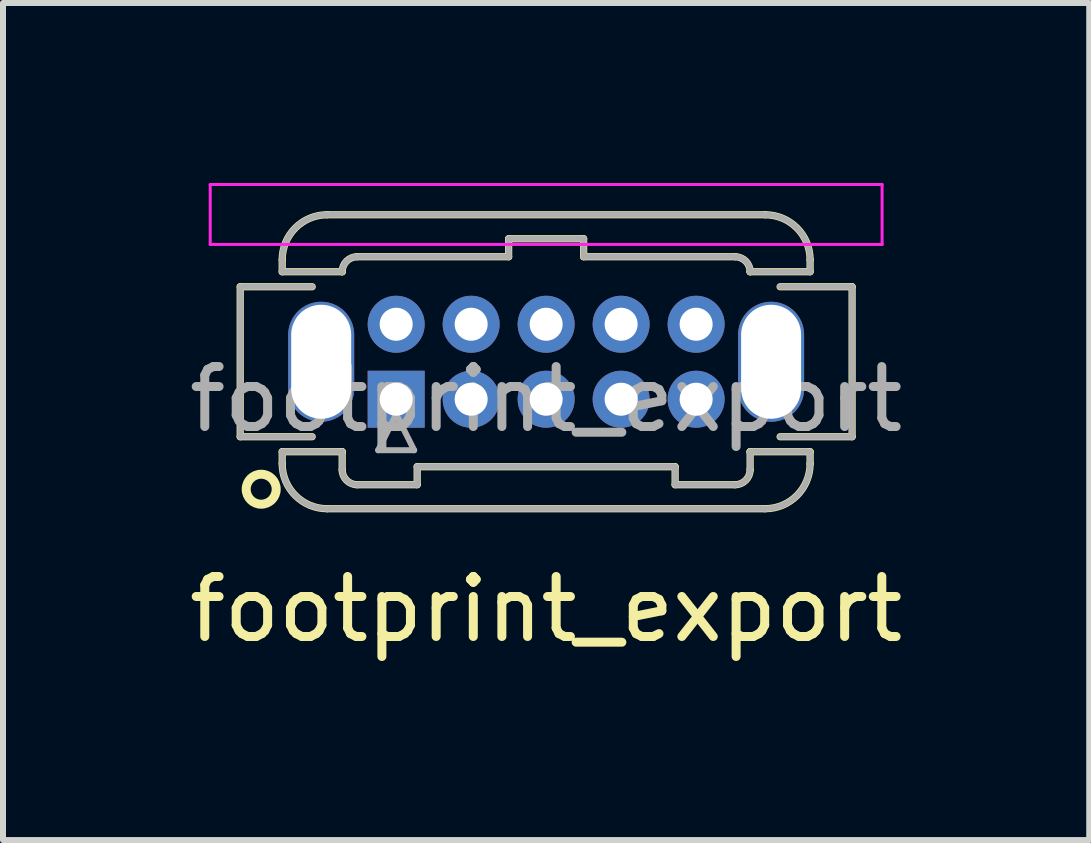
<source format=kicad_pcb>
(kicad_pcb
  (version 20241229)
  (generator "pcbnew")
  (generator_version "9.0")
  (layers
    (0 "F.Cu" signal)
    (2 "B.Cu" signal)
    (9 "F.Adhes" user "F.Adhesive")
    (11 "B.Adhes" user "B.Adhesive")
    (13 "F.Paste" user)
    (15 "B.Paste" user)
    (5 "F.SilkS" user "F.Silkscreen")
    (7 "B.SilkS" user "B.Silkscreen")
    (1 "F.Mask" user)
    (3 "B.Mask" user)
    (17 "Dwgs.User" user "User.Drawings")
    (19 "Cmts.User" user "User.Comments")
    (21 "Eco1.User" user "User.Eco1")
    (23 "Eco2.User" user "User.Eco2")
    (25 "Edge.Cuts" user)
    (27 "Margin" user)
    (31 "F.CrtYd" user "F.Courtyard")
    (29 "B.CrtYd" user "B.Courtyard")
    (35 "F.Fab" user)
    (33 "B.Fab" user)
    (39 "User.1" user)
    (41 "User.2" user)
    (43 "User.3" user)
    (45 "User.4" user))
  (footprint "footprint_export"
    (layer "F.Cu")
    (at 3.554 3.605)
    (property "Reference" "footprint_export" (at 2.5 3.5 0) (layer "F.SilkS") (effects (font (size 1 1) (thickness 0.15))))
    (attr through_hole)
    (fp_line (start -2.6 -1.875) (end -2.6 0.625) (stroke (width 0.12) (type solid)) (layer "F.SilkS"))
    (fp_line (start -2.6 0.625) (end -1.4 0.625) (stroke (width 0.12) (type solid)) (layer "F.SilkS"))
    (fp_line (start -1.9 -2.325) (end -1.9 -2.125) (stroke (width 0.12) (type solid)) (layer "F.SilkS"))
    (fp_line (start -1.9 -2.125) (end -0.9 -2.125) (stroke (width 0.12) (type solid)) (layer "F.SilkS"))
    (fp_line (start -1.9 0.875) (end -0.9 0.875) (stroke (width 0.12) (type solid)) (layer "F.SilkS"))
    (fp_line (start -1.9 1.075) (end -1.9 0.875) (stroke (width 0.12) (type solid)) (layer "F.SilkS"))
    (fp_line (start -1.4 -1.875) (end -2.6 -1.875) (stroke (width 0.12) (type solid)) (layer "F.SilkS"))
    (fp_line (start -1.15 -3.075) (end 6.15 -3.075) (stroke (width 0.12) (type solid)) (layer "F.SilkS"))
    (fp_line (start -1.15 1.825) (end 6.15 1.825) (stroke (width 0.12) (type solid)) (layer "F.SilkS"))
    (fp_line (start -0.9 -2.125) (end -0.9 -2.125) (stroke (width 0.12) (type solid)) (layer "F.SilkS"))
    (fp_line (start -0.9 0.875) (end -0.9 0.875) (stroke (width 0.12) (type solid)) (layer "F.SilkS"))
    (fp_line (start -0.9 1.175) (end -0.9 0.875) (stroke (width 0.12) (type solid)) (layer "F.SilkS"))
    (fp_line (start -0.65 -2.375) (end 1.875 -2.375) (stroke (width 0.12) (type solid)) (layer "F.SilkS"))
    (fp_line (start -0.65 1.425) (end 0.35 1.425) (stroke (width 0.12) (type solid)) (layer "F.SilkS"))
    (fp_line (start 0.35 1.125) (end 4.65 1.125) (stroke (width 0.12) (type solid)) (layer "F.SilkS"))
    (fp_line (start 0.35 1.425) (end 0.35 1.125) (stroke (width 0.12) (type solid)) (layer "F.SilkS"))
    (fp_line (start 1.875 -2.675) (end 3.125 -2.675) (stroke (width 0.12) (type solid)) (layer "F.SilkS"))
    (fp_line (start 1.875 -2.375) (end 1.875 -2.675) (stroke (width 0.12) (type solid)) (layer "F.SilkS"))
    (fp_line (start 3.125 -2.675) (end 3.125 -2.375) (stroke (width 0.12) (type solid)) (layer "F.SilkS"))
    (fp_line (start 3.125 -2.375) (end 5.65 -2.375) (stroke (width 0.12) (type solid)) (layer "F.SilkS"))
    (fp_line (start 4.65 1.125) (end 4.65 1.425) (stroke (width 0.12) (type solid)) (layer "F.SilkS"))
    (fp_line (start 4.65 1.425) (end 5.65 1.425) (stroke (width 0.12) (type solid)) (layer "F.SilkS"))
    (fp_line (start 5.9 -2.125) (end 5.9 -2.125) (stroke (width 0.12) (type solid)) (layer "F.SilkS"))
    (fp_line (start 5.9 0.875) (end 5.9 0.875) (stroke (width 0.12) (type solid)) (layer "F.SilkS"))
    (fp_line (start 5.9 1.175) (end 5.9 0.875) (stroke (width 0.12) (type solid)) (layer "F.SilkS"))
    (fp_line (start 6.4 -1.875) (end 7.6 -1.875) (stroke (width 0.12) (type solid)) (layer "F.SilkS"))
    (fp_line (start 6.9 -2.325) (end 6.9 -2.125) (stroke (width 0.12) (type solid)) (layer "F.SilkS"))
    (fp_line (start 6.9 -2.125) (end 5.9 -2.125) (stroke (width 0.12) (type solid)) (layer "F.SilkS"))
    (fp_line (start 6.9 0.875) (end 5.9 0.875) (stroke (width 0.12) (type solid)) (layer "F.SilkS"))
    (fp_line (start 6.9 1.075) (end 6.9 0.875) (stroke (width 0.12) (type solid)) (layer "F.SilkS"))
    (fp_line (start 7.6 -1.875) (end 7.6 0.625) (stroke (width 0.12) (type solid)) (layer "F.SilkS"))
    (fp_line (start 7.6 0.625) (end 6.4 0.625) (stroke (width 0.12) (type solid)) (layer "F.SilkS"))
    (fp_arc (start -1.9 -2.325) (mid -1.68033 -2.85533) (end -1.15 -3.075) (stroke (width 0.12) (type solid)) (layer "F.SilkS"))
    (fp_arc (start -1.15 1.825) (mid -1.68033 1.60533) (end -1.9 1.075) (stroke (width 0.12) (type solid)) (layer "F.SilkS"))
    (fp_arc (start -0.9 -2.125) (mid -0.826777 -2.301777) (end -0.65 -2.375) (stroke (width 0.12) (type solid)) (layer "F.SilkS"))
    (fp_arc (start -0.65 1.425) (mid -0.826777 1.351777) (end -0.9 1.175) (stroke (width 0.12) (type solid)) (layer "F.SilkS"))
    (fp_arc (start 5.65 -2.375) (mid 5.826777 -2.301777) (end 5.9 -2.125) (stroke (width 0.12) (type solid)) (layer "F.SilkS"))
    (fp_arc (start 5.9 1.175) (mid 5.826777 1.351777) (end 5.65 1.425) (stroke (width 0.12) (type solid)) (layer "F.SilkS"))
    (fp_arc (start 6.15 -3.075) (mid 6.68033 -2.85533) (end 6.9 -2.325) (stroke (width 0.12) (type solid)) (layer "F.SilkS"))
    (fp_arc (start 6.9 1.075) (mid 6.68033 1.60533) (end 6.15 1.825) (stroke (width 0.12) (type solid)) (layer "F.SilkS"))
    (fp_circle (center -2.25 1.5) (end -2 1.5) (stroke (width 0.15) (type solid)) (fill no) (layer "F.SilkS"))
    (fp_line (start -3.1 -3.58) (end -3.1 -2.58) (stroke (width 0.05) (type solid)) (layer "F.CrtYd"))
    (fp_line (start -3.1 -2.58) (end 8.1 -2.58) (stroke (width 0.05) (type solid)) (layer "F.CrtYd"))
    (fp_line (start 8.1 -3.58) (end -3.1 -3.58) (stroke (width 0.05) (type solid)) (layer "F.CrtYd"))
    (fp_line (start 8.1 -2.58) (end 8.1 -3.58) (stroke (width 0.05) (type solid)) (layer "F.CrtYd"))
    (fp_line (start -2.6 -1.875) (end -2.6 0.625) (stroke (width 0.1) (type solid)) (layer "F.Fab"))
    (fp_line (start -2.6 0.625) (end -1.4 0.625) (stroke (width 0.1) (type solid)) (layer "F.Fab"))
    (fp_line (start -1.9 -2.325) (end -1.9 -2.125) (stroke (width 0.1) (type solid)) (layer "F.Fab"))
    (fp_line (start -1.9 -2.125) (end -0.9 -2.125) (stroke (width 0.1) (type solid)) (layer "F.Fab"))
    (fp_line (start -1.9 0.875) (end -0.9 0.875) (stroke (width 0.1) (type solid)) (layer "F.Fab"))
    (fp_line (start -1.9 1.075) (end -1.9 0.875) (stroke (width 0.1) (type solid)) (layer "F.Fab"))
    (fp_line (start -1.4 -1.875) (end -2.6 -1.875) (stroke (width 0.1) (type solid)) (layer "F.Fab"))
    (fp_line (start -1.15 -3.075) (end 6.15 -3.075) (stroke (width 0.1) (type solid)) (layer "F.Fab"))
    (fp_line (start -1.15 1.825) (end 6.15 1.825) (stroke (width 0.1) (type solid)) (layer "F.Fab"))
    (fp_line (start -0.9 -2.125) (end -0.9 -2.125) (stroke (width 0.1) (type solid)) (layer "F.Fab"))
    (fp_line (start -0.9 0.875) (end -0.9 0.875) (stroke (width 0.1) (type solid)) (layer "F.Fab"))
    (fp_line (start -0.9 1.175) (end -0.9 0.875) (stroke (width 0.1) (type solid)) (layer "F.Fab"))
    (fp_line (start -0.65 -2.375) (end 1.875 -2.375) (stroke (width 0.1) (type solid)) (layer "F.Fab"))
    (fp_line (start -0.65 1.425) (end 0.35 1.425) (stroke (width 0.1) (type solid)) (layer "F.Fab"))
    (fp_line (start -0.3 0.85) (end 0.3 0.85) (stroke (width 0.1) (type solid)) (layer "F.Fab"))
    (fp_line (start 0 0.25) (end -0.3 0.85) (stroke (width 0.1) (type solid)) (layer "F.Fab"))
    (fp_line (start 0.3 0.85) (end 0 0.25) (stroke (width 0.1) (type solid)) (layer "F.Fab"))
    (fp_line (start 0.35 1.125) (end 4.65 1.125) (stroke (width 0.1) (type solid)) (layer "F.Fab"))
    (fp_line (start 0.35 1.425) (end 0.35 1.125) (stroke (width 0.1) (type solid)) (layer "F.Fab"))
    (fp_line (start 1.875 -2.675) (end 3.125 -2.675) (stroke (width 0.1) (type solid)) (layer "F.Fab"))
    (fp_line (start 1.875 -2.375) (end 1.875 -2.675) (stroke (width 0.1) (type solid)) (layer "F.Fab"))
    (fp_line (start 3.125 -2.675) (end 3.125 -2.375) (stroke (width 0.1) (type solid)) (layer "F.Fab"))
    (fp_line (start 3.125 -2.375) (end 5.65 -2.375) (stroke (width 0.1) (type solid)) (layer "F.Fab"))
    (fp_line (start 4.65 1.125) (end 4.65 1.425) (stroke (width 0.1) (type solid)) (layer "F.Fab"))
    (fp_line (start 4.65 1.425) (end 5.65 1.425) (stroke (width 0.1) (type solid)) (layer "F.Fab"))
    (fp_line (start 5.9 -2.125) (end 5.9 -2.125) (stroke (width 0.1) (type solid)) (layer "F.Fab"))
    (fp_line (start 5.9 0.875) (end 5.9 0.875) (stroke (width 0.1) (type solid)) (layer "F.Fab"))
    (fp_line (start 5.9 1.175) (end 5.9 0.875) (stroke (width 0.1) (type solid)) (layer "F.Fab"))
    (fp_line (start 6.4 -1.875) (end 7.6 -1.875) (stroke (width 0.1) (type solid)) (layer "F.Fab"))
    (fp_line (start 6.9 -2.325) (end 6.9 -2.125) (stroke (width 0.1) (type solid)) (layer "F.Fab"))
    (fp_line (start 6.9 -2.125) (end 5.9 -2.125) (stroke (width 0.1) (type solid)) (layer "F.Fab"))
    (fp_line (start 6.9 0.875) (end 5.9 0.875) (stroke (width 0.1) (type solid)) (layer "F.Fab"))
    (fp_line (start 6.9 1.075) (end 6.9 0.875) (stroke (width 0.1) (type solid)) (layer "F.Fab"))
    (fp_line (start 7.6 -1.875) (end 7.6 0.625) (stroke (width 0.1) (type solid)) (layer "F.Fab"))
    (fp_line (start 7.6 0.625) (end 6.4 0.625) (stroke (width 0.1) (type solid)) (layer "F.Fab"))
    (fp_arc (start -1.9 -2.325) (mid -1.68033 -2.85533) (end -1.15 -3.075) (stroke (width 0.1) (type solid)) (layer "F.Fab"))
    (fp_arc (start -1.15 1.825) (mid -1.68033 1.60533) (end -1.9 1.075) (stroke (width 0.1) (type solid)) (layer "F.Fab"))
    (fp_arc (start -0.9 -2.125) (mid -0.826777 -2.301777) (end -0.65 -2.375) (stroke (width 0.1) (type solid)) (layer "F.Fab"))
    (fp_arc (start -0.65 1.425) (mid -0.826777 1.351777) (end -0.9 1.175) (stroke (width 0.1) (type solid)) (layer "F.Fab"))
    (fp_arc (start 5.65 -2.375) (mid 5.826777 -2.301777) (end 5.9 -2.125) (stroke (width 0.1) (type solid)) (layer "F.Fab"))
    (fp_arc (start 5.9 1.175) (mid 5.826777 1.351777) (end 5.65 1.425) (stroke (width 0.1) (type solid)) (layer "F.Fab"))
    (fp_arc (start 6.15 -3.075) (mid 6.68033 -2.85533) (end 6.9 -2.325) (stroke (width 0.1) (type solid)) (layer "F.Fab"))
    (fp_arc (start 6.9 1.075) (mid 6.68033 1.60533) (end 6.15 1.825) (stroke (width 0.1) (type solid)) (layer "F.Fab"))
    (fp_text user "${REFERENCE}" (at 2.5 0 0) (layer "F.Fab") (effects (font (size 1 1) (thickness 0.15))))
    (pad "" np_thru_hole oval (at -1.25 -0.625) (size 1.1 2) (drill oval 1 1.9) (layers "*.Cu" "*.Mask"))
    (pad "" np_thru_hole oval (at 6.25 -0.625) (size 1.1 2) (drill oval 1 1.9) (layers "*.Cu" "*.Mask"))
    (pad "1" thru_hole rect (at 0 0) (size 0.95 0.95) (drill 0.55) (layers "*.Cu" "*.Mask"))
    (pad "2" thru_hole circle (at 0 -1.25) (size 0.95 0.95) (drill 0.55) (layers "*.Cu" "*.Mask"))
    (pad "3" thru_hole circle (at 1.25 0) (size 0.95 0.95) (drill 0.55) (layers "*.Cu" "*.Mask"))
    (pad "4" thru_hole circle (at 1.25 -1.25) (size 0.95 0.95) (drill 0.55) (layers "*.Cu" "*.Mask"))
    (pad "5" thru_hole circle (at 2.5 0) (size 0.95 0.95) (drill 0.55) (layers "*.Cu" "*.Mask"))
    (pad "6" thru_hole circle (at 2.5 -1.25) (size 0.95 0.95) (drill 0.55) (layers "*.Cu" "*.Mask"))
    (pad "7" thru_hole circle (at 3.75 0) (size 0.95 0.95) (drill 0.55) (layers "*.Cu" "*.Mask"))
    (pad "8" thru_hole circle (at 3.75 -1.25) (size 0.95 0.95) (drill 0.55) (layers "*.Cu" "*.Mask"))
    (pad "9" thru_hole circle (at 5 0) (size 0.95 0.95) (drill 0.55) (layers "*.Cu" "*.Mask"))
    (pad "10" thru_hole circle (at 5 -1.25) (size 0.95 0.95) (drill 0.55) (layers "*.Cu" "*.Mask")))
  (gr_rect
    (start -3 -3)
    (end 15.107 10.953)
    (stroke (width 0.1) (type default))
    (fill no)
    (layer "Edge.Cuts")))
</source>
